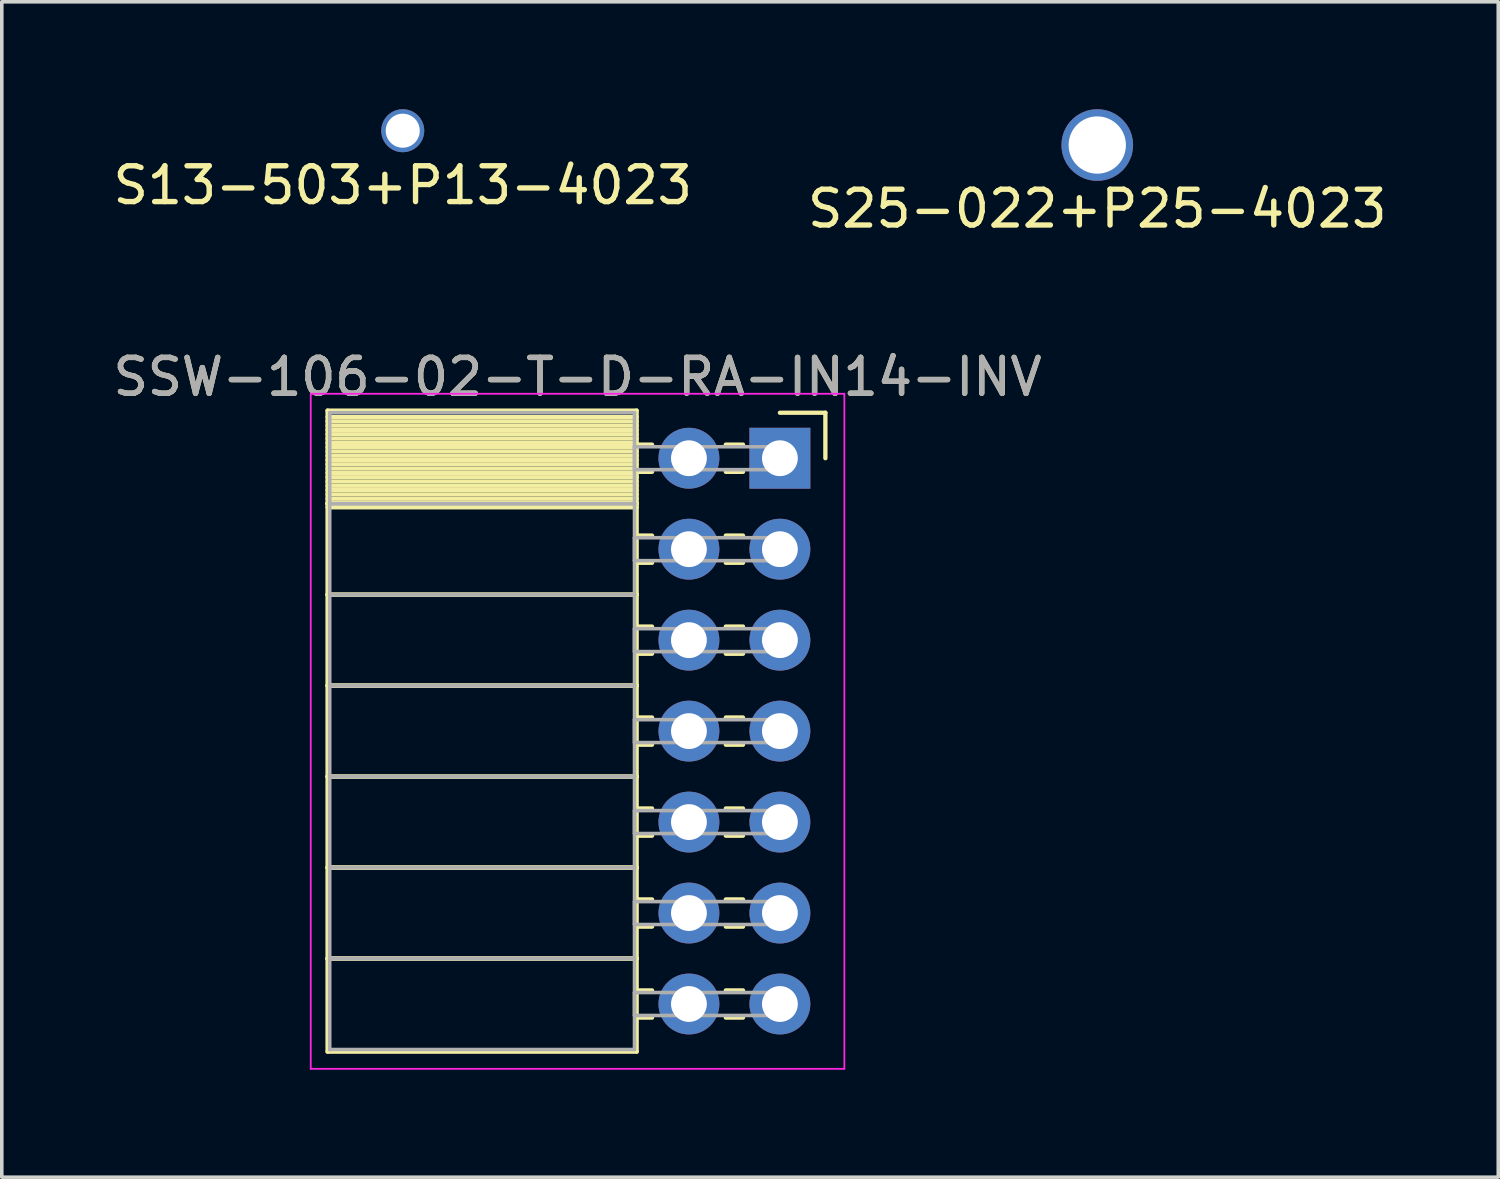
<source format=kicad_pcb>
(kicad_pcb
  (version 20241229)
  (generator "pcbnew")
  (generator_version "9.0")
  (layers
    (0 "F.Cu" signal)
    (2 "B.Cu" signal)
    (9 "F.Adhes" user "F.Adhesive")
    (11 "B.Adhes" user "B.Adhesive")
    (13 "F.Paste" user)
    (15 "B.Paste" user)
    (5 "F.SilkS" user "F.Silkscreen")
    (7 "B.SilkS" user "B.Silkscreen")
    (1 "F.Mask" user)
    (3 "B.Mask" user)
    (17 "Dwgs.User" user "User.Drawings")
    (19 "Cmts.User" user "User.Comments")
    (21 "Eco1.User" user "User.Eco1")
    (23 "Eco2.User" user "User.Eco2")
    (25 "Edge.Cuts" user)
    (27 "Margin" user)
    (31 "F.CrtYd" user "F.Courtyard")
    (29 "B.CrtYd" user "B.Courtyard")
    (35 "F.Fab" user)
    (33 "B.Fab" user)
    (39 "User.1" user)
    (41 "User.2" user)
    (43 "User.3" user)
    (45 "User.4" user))
  (footprint "SSW-106-02-T-D-RA-IN14-INV"
    (layer "F.Cu")
    (at 18.727 9.745)
    (property "Reference" "SSW-106-02-T-D-RA-IN14-INV" (at -5.65 -2.27 0) (layer "F.SilkS") (effects (font (size 1 1) (thickness 0.15))))
    (attr through_hole)
    (fp_line (start -12.63 -1.33) (end -4 -1.33) (stroke (width 0.12) (type solid)) (layer "F.SilkS"))
    (fp_line (start -12.63 1.27) (end -12.63 -1.33) (stroke (width 0.12) (type solid)) (layer "F.SilkS"))
    (fp_line (start -12.63 1.27) (end -4 1.27) (stroke (width 0.12) (type solid)) (layer "F.SilkS"))
    (fp_line (start -12.63 3.81) (end -12.63 1.27) (stroke (width 0.12) (type solid)) (layer "F.SilkS"))
    (fp_line (start -12.63 3.81) (end -4 3.81) (stroke (width 0.12) (type solid)) (layer "F.SilkS"))
    (fp_line (start -12.63 6.35) (end -12.63 3.81) (stroke (width 0.12) (type solid)) (layer "F.SilkS"))
    (fp_line (start -12.63 6.35) (end -4 6.35) (stroke (width 0.12) (type solid)) (layer "F.SilkS"))
    (fp_line (start -12.63 8.89) (end -12.63 6.35) (stroke (width 0.12) (type solid)) (layer "F.SilkS"))
    (fp_line (start -12.63 8.89) (end -4 8.89) (stroke (width 0.12) (type solid)) (layer "F.SilkS"))
    (fp_line (start -12.63 11.43) (end -12.63 8.89) (stroke (width 0.12) (type solid)) (layer "F.SilkS"))
    (fp_line (start -12.63 11.43) (end -4 11.43) (stroke (width 0.12) (type solid)) (layer "F.SilkS"))
    (fp_line (start -12.63 13.97) (end -12.63 11.43) (stroke (width 0.12) (type solid)) (layer "F.SilkS"))
    (fp_line (start -12.63 13.97) (end -4 13.97) (stroke (width 0.12) (type solid)) (layer "F.SilkS"))
    (fp_line (start -12.63 16.57) (end -12.63 13.97) (stroke (width 0.12) (type solid)) (layer "F.SilkS"))
    (fp_line (start -4 -1.33) (end -4 1.27) (stroke (width 0.12) (type solid)) (layer "F.SilkS"))
    (fp_line (start -4 -1.15) (end -12.63 -1.15) (stroke (width 0.12) (type solid)) (layer "F.SilkS"))
    (fp_line (start -4 -1.03) (end -12.63 -1.03) (stroke (width 0.12) (type solid)) (layer "F.SilkS"))
    (fp_line (start -4 -0.91) (end -12.63 -0.91) (stroke (width 0.12) (type solid)) (layer "F.SilkS"))
    (fp_line (start -4 -0.79) (end -12.63 -0.79) (stroke (width 0.12) (type solid)) (layer "F.SilkS"))
    (fp_line (start -4 -0.67) (end -12.63 -0.67) (stroke (width 0.12) (type solid)) (layer "F.SilkS"))
    (fp_line (start -4 -0.55) (end -12.63 -0.55) (stroke (width 0.12) (type solid)) (layer "F.SilkS"))
    (fp_line (start -4 -0.43) (end -12.63 -0.43) (stroke (width 0.12) (type solid)) (layer "F.SilkS"))
    (fp_line (start -4 -0.31) (end -12.63 -0.31) (stroke (width 0.12) (type solid)) (layer "F.SilkS"))
    (fp_line (start -4 -0.19) (end -12.63 -0.19) (stroke (width 0.12) (type solid)) (layer "F.SilkS"))
    (fp_line (start -4 -0.07) (end -12.63 -0.07) (stroke (width 0.12) (type solid)) (layer "F.SilkS"))
    (fp_line (start -4 0.05) (end -12.63 0.05) (stroke (width 0.12) (type solid)) (layer "F.SilkS"))
    (fp_line (start -4 0.17) (end -12.63 0.17) (stroke (width 0.12) (type solid)) (layer "F.SilkS"))
    (fp_line (start -4 0.29) (end -12.63 0.29) (stroke (width 0.12) (type solid)) (layer "F.SilkS"))
    (fp_line (start -4 0.41) (end -12.63 0.41) (stroke (width 0.12) (type solid)) (layer "F.SilkS"))
    (fp_line (start -4 0.53) (end -12.63 0.53) (stroke (width 0.12) (type solid)) (layer "F.SilkS"))
    (fp_line (start -4 0.65) (end -12.63 0.65) (stroke (width 0.12) (type solid)) (layer "F.SilkS"))
    (fp_line (start -4 0.77) (end -12.63 0.77) (stroke (width 0.12) (type solid)) (layer "F.SilkS"))
    (fp_line (start -4 0.89) (end -12.63 0.89) (stroke (width 0.12) (type solid)) (layer "F.SilkS"))
    (fp_line (start -4 1.01) (end -12.63 1.01) (stroke (width 0.12) (type solid)) (layer "F.SilkS"))
    (fp_line (start -4 1.13) (end -12.63 1.13) (stroke (width 0.12) (type solid)) (layer "F.SilkS"))
    (fp_line (start -4 1.25) (end -12.63 1.25) (stroke (width 0.12) (type solid)) (layer "F.SilkS"))
    (fp_line (start -4 1.27) (end -12.63 1.27) (stroke (width 0.12) (type solid)) (layer "F.SilkS"))
    (fp_line (start -4 1.27) (end -4 3.81) (stroke (width 0.12) (type solid)) (layer "F.SilkS"))
    (fp_line (start -4 1.37) (end -12.63 1.37) (stroke (width 0.12) (type solid)) (layer "F.SilkS"))
    (fp_line (start -4 3.81) (end -12.63 3.81) (stroke (width 0.12) (type solid)) (layer "F.SilkS"))
    (fp_line (start -4 3.81) (end -4 6.35) (stroke (width 0.12) (type solid)) (layer "F.SilkS"))
    (fp_line (start -4 6.35) (end -12.63 6.35) (stroke (width 0.12) (type solid)) (layer "F.SilkS"))
    (fp_line (start -4 6.35) (end -4 8.89) (stroke (width 0.12) (type solid)) (layer "F.SilkS"))
    (fp_line (start -4 8.89) (end -12.63 8.89) (stroke (width 0.12) (type solid)) (layer "F.SilkS"))
    (fp_line (start -4 8.89) (end -4 11.43) (stroke (width 0.12) (type solid)) (layer "F.SilkS"))
    (fp_line (start -4 11.43) (end -12.63 11.43) (stroke (width 0.12) (type solid)) (layer "F.SilkS"))
    (fp_line (start -4 11.43) (end -4 13.97) (stroke (width 0.12) (type solid)) (layer "F.SilkS"))
    (fp_line (start -4 13.97) (end -12.63 13.97) (stroke (width 0.12) (type solid)) (layer "F.SilkS"))
    (fp_line (start -4 13.97) (end -4 16.57) (stroke (width 0.12) (type solid)) (layer "F.SilkS"))
    (fp_line (start -4 16.57) (end -12.63 16.57) (stroke (width 0.12) (type solid)) (layer "F.SilkS"))
    (fp_line (start -3.57 -0.38) (end -4 -0.38) (stroke (width 0.12) (type solid)) (layer "F.SilkS"))
    (fp_line (start -3.57 0.38) (end -4 0.38) (stroke (width 0.12) (type solid)) (layer "F.SilkS"))
    (fp_line (start -3.57 2.16) (end -4 2.16) (stroke (width 0.12) (type solid)) (layer "F.SilkS"))
    (fp_line (start -3.57 2.92) (end -4 2.92) (stroke (width 0.12) (type solid)) (layer "F.SilkS"))
    (fp_line (start -3.57 4.7) (end -4 4.7) (stroke (width 0.12) (type solid)) (layer "F.SilkS"))
    (fp_line (start -3.57 5.46) (end -4 5.46) (stroke (width 0.12) (type solid)) (layer "F.SilkS"))
    (fp_line (start -3.57 7.24) (end -4 7.24) (stroke (width 0.12) (type solid)) (layer "F.SilkS"))
    (fp_line (start -3.57 8) (end -4 8) (stroke (width 0.12) (type solid)) (layer "F.SilkS"))
    (fp_line (start -3.57 9.78) (end -4 9.78) (stroke (width 0.12) (type solid)) (layer "F.SilkS"))
    (fp_line (start -3.57 10.54) (end -4 10.54) (stroke (width 0.12) (type solid)) (layer "F.SilkS"))
    (fp_line (start -3.57 12.32) (end -4 12.32) (stroke (width 0.12) (type solid)) (layer "F.SilkS"))
    (fp_line (start -3.57 13.08) (end -4 13.08) (stroke (width 0.12) (type solid)) (layer "F.SilkS"))
    (fp_line (start -3.57 14.86) (end -4 14.86) (stroke (width 0.12) (type solid)) (layer "F.SilkS"))
    (fp_line (start -3.57 15.62) (end -4 15.62) (stroke (width 0.12) (type solid)) (layer "F.SilkS"))
    (fp_line (start -1.03 -0.38) (end -1.51 -0.38) (stroke (width 0.12) (type solid)) (layer "F.SilkS"))
    (fp_line (start -1.03 0.38) (end -1.51 0.38) (stroke (width 0.12) (type solid)) (layer "F.SilkS"))
    (fp_line (start -1.03 2.16) (end -1.51 2.16) (stroke (width 0.12) (type solid)) (layer "F.SilkS"))
    (fp_line (start -1.03 2.92) (end -1.51 2.92) (stroke (width 0.12) (type solid)) (layer "F.SilkS"))
    (fp_line (start -1.03 4.7) (end -1.51 4.7) (stroke (width 0.12) (type solid)) (layer "F.SilkS"))
    (fp_line (start -1.03 5.46) (end -1.51 5.46) (stroke (width 0.12) (type solid)) (layer "F.SilkS"))
    (fp_line (start -1.03 7.24) (end -1.51 7.24) (stroke (width 0.12) (type solid)) (layer "F.SilkS"))
    (fp_line (start -1.03 8) (end -1.51 8) (stroke (width 0.12) (type solid)) (layer "F.SilkS"))
    (fp_line (start -1.03 9.78) (end -1.51 9.78) (stroke (width 0.12) (type solid)) (layer "F.SilkS"))
    (fp_line (start -1.03 10.54) (end -1.51 10.54) (stroke (width 0.12) (type solid)) (layer "F.SilkS"))
    (fp_line (start -1.03 12.32) (end -1.51 12.32) (stroke (width 0.12) (type solid)) (layer "F.SilkS"))
    (fp_line (start -1.03 13.08) (end -1.51 13.08) (stroke (width 0.12) (type solid)) (layer "F.SilkS"))
    (fp_line (start -1.03 14.86) (end -1.51 14.86) (stroke (width 0.12) (type solid)) (layer "F.SilkS"))
    (fp_line (start -1.03 15.62) (end -1.51 15.62) (stroke (width 0.12) (type solid)) (layer "F.SilkS"))
    (fp_line (start 0 -1.27) (end 1.27 -1.27) (stroke (width 0.12) (type solid)) (layer "F.SilkS"))
    (fp_line (start 1.27 -1.27) (end 1.27 0) (stroke (width 0.12) (type solid)) (layer "F.SilkS"))
    (fp_line (start -13.1 -1.8) (end 1.8 -1.8) (stroke (width 0.05) (type solid)) (layer "F.CrtYd"))
    (fp_line (start -13.1 17.05) (end -13.1 -1.8) (stroke (width 0.05) (type solid)) (layer "F.CrtYd"))
    (fp_line (start 1.8 -1.8) (end 1.8 17.05) (stroke (width 0.05) (type solid)) (layer "F.CrtYd"))
    (fp_line (start 1.8 17.05) (end -13.1 17.05) (stroke (width 0.05) (type solid)) (layer "F.CrtYd"))
    (fp_line (start -12.57 -1.27) (end -4.06 -1.27) (stroke (width 0.1) (type solid)) (layer "F.Fab"))
    (fp_line (start -12.57 1.27) (end -12.57 -1.27) (stroke (width 0.1) (type solid)) (layer "F.Fab"))
    (fp_line (start -12.57 1.27) (end -4.06 1.27) (stroke (width 0.1) (type solid)) (layer "F.Fab"))
    (fp_line (start -12.57 3.81) (end -12.57 1.27) (stroke (width 0.1) (type solid)) (layer "F.Fab"))
    (fp_line (start -12.57 3.81) (end -4.06 3.81) (stroke (width 0.1) (type solid)) (layer "F.Fab"))
    (fp_line (start -12.57 6.35) (end -12.57 3.81) (stroke (width 0.1) (type solid)) (layer "F.Fab"))
    (fp_line (start -12.57 6.35) (end -4.06 6.35) (stroke (width 0.1) (type solid)) (layer "F.Fab"))
    (fp_line (start -12.57 8.89) (end -12.57 6.35) (stroke (width 0.1) (type solid)) (layer "F.Fab"))
    (fp_line (start -12.57 8.89) (end -4.06 8.89) (stroke (width 0.1) (type solid)) (layer "F.Fab"))
    (fp_line (start -12.57 11.43) (end -12.57 8.89) (stroke (width 0.1) (type solid)) (layer "F.Fab"))
    (fp_line (start -12.57 11.43) (end -4.06 11.43) (stroke (width 0.1) (type solid)) (layer "F.Fab"))
    (fp_line (start -12.57 13.97) (end -12.57 11.43) (stroke (width 0.1) (type solid)) (layer "F.Fab"))
    (fp_line (start -12.57 13.97) (end -4.06 13.97) (stroke (width 0.1) (type solid)) (layer "F.Fab"))
    (fp_line (start -12.57 16.51) (end -12.57 13.97) (stroke (width 0.1) (type solid)) (layer "F.Fab"))
    (fp_line (start -4.06 -1.27) (end -4.06 1.27) (stroke (width 0.1) (type solid)) (layer "F.Fab"))
    (fp_line (start -4.06 -0.32) (end 0 -0.32) (stroke (width 0.1) (type solid)) (layer "F.Fab"))
    (fp_line (start -4.06 0.32) (end -4.06 -0.32) (stroke (width 0.1) (type solid)) (layer "F.Fab"))
    (fp_line (start -4.06 1.27) (end -12.57 1.27) (stroke (width 0.1) (type solid)) (layer "F.Fab"))
    (fp_line (start -4.06 1.27) (end -4.06 3.81) (stroke (width 0.1) (type solid)) (layer "F.Fab"))
    (fp_line (start -4.06 2.22) (end 0 2.22) (stroke (width 0.1) (type solid)) (layer "F.Fab"))
    (fp_line (start -4.06 2.86) (end -4.06 2.22) (stroke (width 0.1) (type solid)) (layer "F.Fab"))
    (fp_line (start -4.06 3.81) (end -12.57 3.81) (stroke (width 0.1) (type solid)) (layer "F.Fab"))
    (fp_line (start -4.06 3.81) (end -4.06 6.35) (stroke (width 0.1) (type solid)) (layer "F.Fab"))
    (fp_line (start -4.06 4.76) (end 0 4.76) (stroke (width 0.1) (type solid)) (layer "F.Fab"))
    (fp_line (start -4.06 5.4) (end -4.06 4.76) (stroke (width 0.1) (type solid)) (layer "F.Fab"))
    (fp_line (start -4.06 6.35) (end -12.57 6.35) (stroke (width 0.1) (type solid)) (layer "F.Fab"))
    (fp_line (start -4.06 6.35) (end -4.06 8.89) (stroke (width 0.1) (type solid)) (layer "F.Fab"))
    (fp_line (start -4.06 7.3) (end 0 7.3) (stroke (width 0.1) (type solid)) (layer "F.Fab"))
    (fp_line (start -4.06 7.94) (end -4.06 7.3) (stroke (width 0.1) (type solid)) (layer "F.Fab"))
    (fp_line (start -4.06 8.89) (end -12.57 8.89) (stroke (width 0.1) (type solid)) (layer "F.Fab"))
    (fp_line (start -4.06 8.89) (end -4.06 11.43) (stroke (width 0.1) (type solid)) (layer "F.Fab"))
    (fp_line (start -4.06 9.84) (end 0 9.84) (stroke (width 0.1) (type solid)) (layer "F.Fab"))
    (fp_line (start -4.06 10.48) (end -4.06 9.84) (stroke (width 0.1) (type solid)) (layer "F.Fab"))
    (fp_line (start -4.06 11.43) (end -12.57 11.43) (stroke (width 0.1) (type solid)) (layer "F.Fab"))
    (fp_line (start -4.06 11.43) (end -4.06 13.97) (stroke (width 0.1) (type solid)) (layer "F.Fab"))
    (fp_line (start -4.06 12.38) (end 0 12.38) (stroke (width 0.1) (type solid)) (layer "F.Fab"))
    (fp_line (start -4.06 13.02) (end -4.06 12.38) (stroke (width 0.1) (type solid)) (layer "F.Fab"))
    (fp_line (start -4.06 13.97) (end -12.57 13.97) (stroke (width 0.1) (type solid)) (layer "F.Fab"))
    (fp_line (start -4.06 13.97) (end -4.06 16.51) (stroke (width 0.1) (type solid)) (layer "F.Fab"))
    (fp_line (start -4.06 14.92) (end 0 14.92) (stroke (width 0.1) (type solid)) (layer "F.Fab"))
    (fp_line (start -4.06 15.56) (end -4.06 14.92) (stroke (width 0.1) (type solid)) (layer "F.Fab"))
    (fp_line (start -4.06 16.51) (end -12.57 16.51) (stroke (width 0.1) (type solid)) (layer "F.Fab"))
    (fp_line (start 0 -0.32) (end 0 0.32) (stroke (width 0.1) (type solid)) (layer "F.Fab"))
    (fp_line (start 0 0.32) (end -4.06 0.32) (stroke (width 0.1) (type solid)) (layer "F.Fab"))
    (fp_line (start 0 2.22) (end 0 2.86) (stroke (width 0.1) (type solid)) (layer "F.Fab"))
    (fp_line (start 0 2.86) (end -4.06 2.86) (stroke (width 0.1) (type solid)) (layer "F.Fab"))
    (fp_line (start 0 4.76) (end 0 5.4) (stroke (width 0.1) (type solid)) (layer "F.Fab"))
    (fp_line (start 0 5.4) (end -4.06 5.4) (stroke (width 0.1) (type solid)) (layer "F.Fab"))
    (fp_line (start 0 7.3) (end 0 7.94) (stroke (width 0.1) (type solid)) (layer "F.Fab"))
    (fp_line (start 0 7.94) (end -4.06 7.94) (stroke (width 0.1) (type solid)) (layer "F.Fab"))
    (fp_line (start 0 9.84) (end 0 10.48) (stroke (width 0.1) (type solid)) (layer "F.Fab"))
    (fp_line (start 0 10.48) (end -4.06 10.48) (stroke (width 0.1) (type solid)) (layer "F.Fab"))
    (fp_line (start 0 12.38) (end 0 13.02) (stroke (width 0.1) (type solid)) (layer "F.Fab"))
    (fp_line (start 0 13.02) (end -4.06 13.02) (stroke (width 0.1) (type solid)) (layer "F.Fab"))
    (fp_line (start 0 14.92) (end 0 15.56) (stroke (width 0.1) (type solid)) (layer "F.Fab"))
    (fp_line (start 0 15.56) (end -4.06 15.56) (stroke (width 0.1) (type solid)) (layer "F.Fab"))
    (fp_text user "${REFERENCE}" (at -5.65 -2.27 0) (layer "F.Fab") (effects (font (size 1 1) (thickness 0.15))))
    (pad "1" thru_hole rect (at 0 0) (size 1.7 1.7) (drill 1) (layers "*.Cu" "*.Mask"))
    (pad "2" thru_hole oval (at -2.54 0) (size 1.7 1.7) (drill 1) (layers "*.Cu" "*.Mask"))
    (pad "3" thru_hole oval (at 0 2.54) (size 1.7 1.7) (drill 1) (layers "*.Cu" "*.Mask"))
    (pad "4" thru_hole oval (at -2.54 2.54) (size 1.7 1.7) (drill 1) (layers "*.Cu" "*.Mask"))
    (pad "5" thru_hole oval (at 0 5.08) (size 1.7 1.7) (drill 1) (layers "*.Cu" "*.Mask"))
    (pad "6" thru_hole oval (at -2.54 5.08) (size 1.7 1.7) (drill 1) (layers "*.Cu" "*.Mask"))
    (pad "7" thru_hole oval (at 0 7.62) (size 1.7 1.7) (drill 1) (layers "*.Cu" "*.Mask"))
    (pad "8" thru_hole oval (at -2.54 7.62) (size 1.7 1.7) (drill 1) (layers "*.Cu" "*.Mask"))
    (pad "9" thru_hole oval (at 0 10.16) (size 1.7 1.7) (drill 1) (layers "*.Cu" "*.Mask"))
    (pad "10" thru_hole oval (at -2.54 10.16) (size 1.7 1.7) (drill 1) (layers "*.Cu" "*.Mask"))
    (pad "11" thru_hole oval (at 0 12.7) (size 1.7 1.7) (drill 1) (layers "*.Cu" "*.Mask"))
    (pad "12" thru_hole oval (at -2.54 12.7) (size 1.7 1.7) (drill 1) (layers "*.Cu" "*.Mask"))
    (pad "13" thru_hole oval (at 0 15.24) (size 1.7 1.7) (drill 1) (layers "*.Cu" "*.Mask"))
    (pad "14" thru_hole oval (at -2.54 15.24) (size 1.7 1.7) (drill 1) (layers "*.Cu" "*.Mask")))
  (footprint "S13-503+P13-4023"
    (layer "F.Cu")
    (at 8.196 0.6)
    (property "Reference" "S13-503+P13-4023" (at 0 1.524 0) (layer "F.SilkS") (effects (font (size 1 1) (thickness 0.15))))
    (attr through_hole)
    (pad "1" thru_hole circle (at 0 0) (size 1.2 1.2) (drill 0.95) (layers "*.Cu" "*.Mask")))
  (footprint "S25-022+P25-4023"
    (layer "F.Cu")
    (at 27.589 1)
    (property "Reference" "S25-022+P25-4023" (at 0 1.778 0) (layer "F.SilkS") (effects (font (size 1 1) (thickness 0.15))))
    (attr through_hole)
    (pad "1" thru_hole circle (at 0 0) (size 2 2) (drill 1.6) (layers "*.Cu" "*.Mask")))
  (gr_rect
    (start -3 -3)
    (end 38.786 29.82)
    (stroke (width 0.1) (type default))
    (fill no)
    (layer "Edge.Cuts")))
</source>
